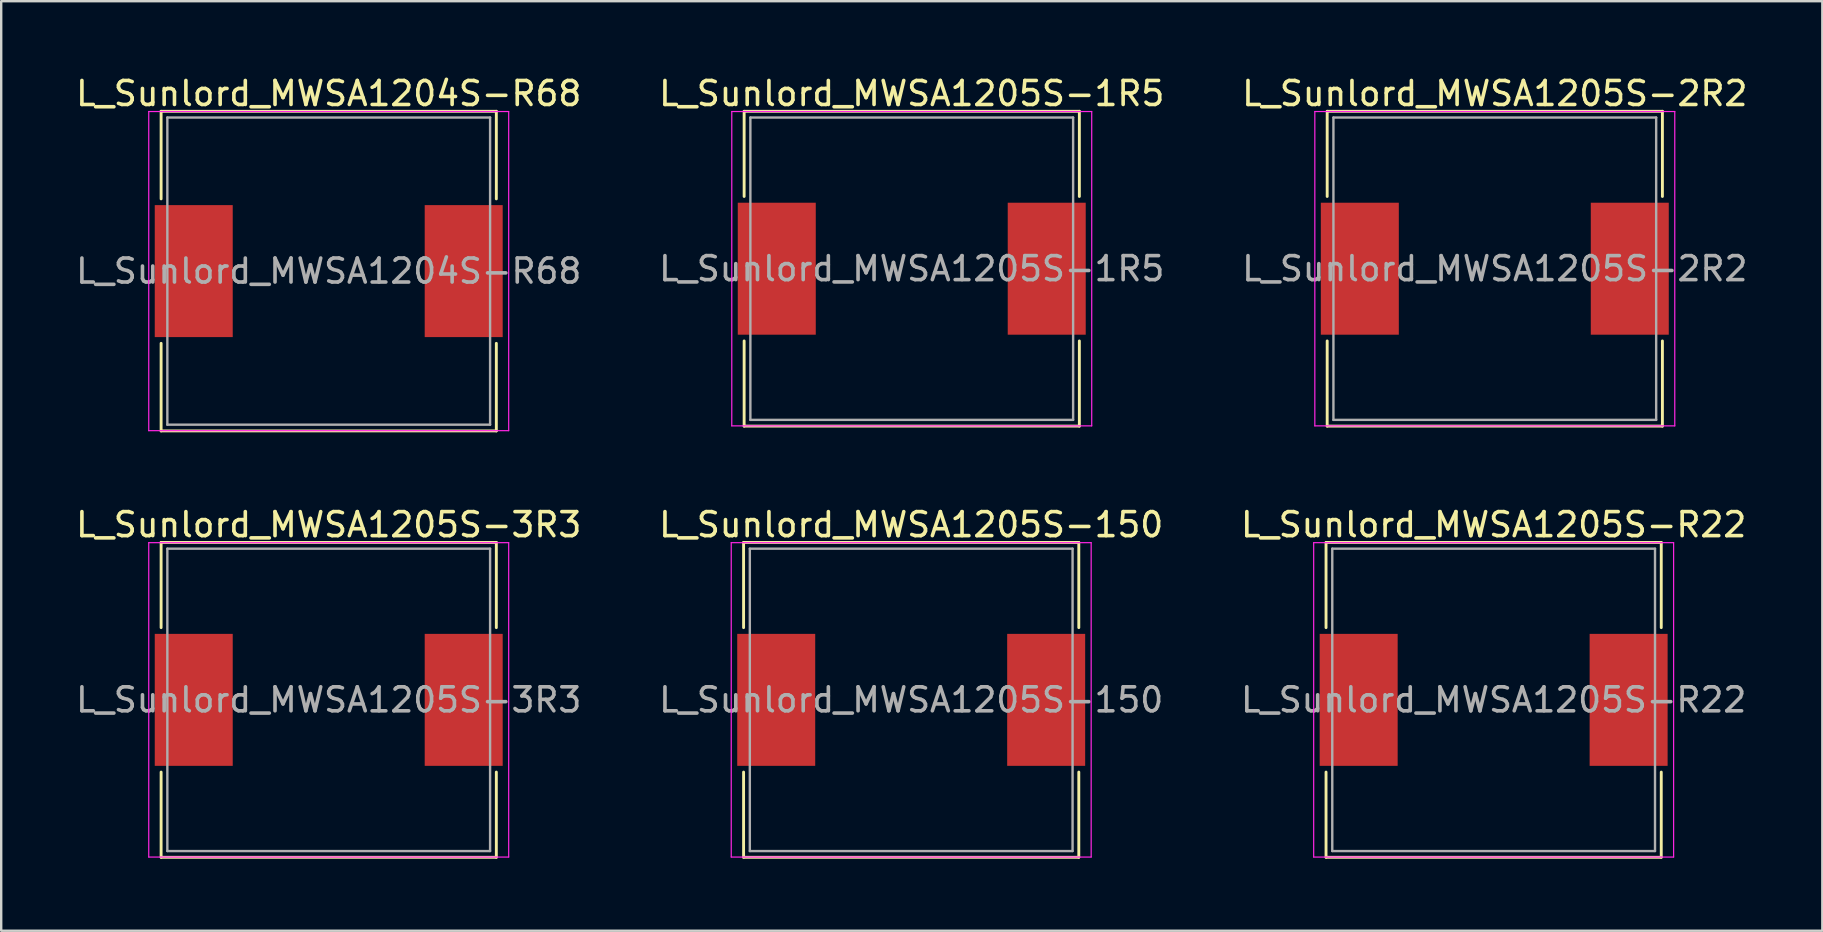
<source format=kicad_pcb>
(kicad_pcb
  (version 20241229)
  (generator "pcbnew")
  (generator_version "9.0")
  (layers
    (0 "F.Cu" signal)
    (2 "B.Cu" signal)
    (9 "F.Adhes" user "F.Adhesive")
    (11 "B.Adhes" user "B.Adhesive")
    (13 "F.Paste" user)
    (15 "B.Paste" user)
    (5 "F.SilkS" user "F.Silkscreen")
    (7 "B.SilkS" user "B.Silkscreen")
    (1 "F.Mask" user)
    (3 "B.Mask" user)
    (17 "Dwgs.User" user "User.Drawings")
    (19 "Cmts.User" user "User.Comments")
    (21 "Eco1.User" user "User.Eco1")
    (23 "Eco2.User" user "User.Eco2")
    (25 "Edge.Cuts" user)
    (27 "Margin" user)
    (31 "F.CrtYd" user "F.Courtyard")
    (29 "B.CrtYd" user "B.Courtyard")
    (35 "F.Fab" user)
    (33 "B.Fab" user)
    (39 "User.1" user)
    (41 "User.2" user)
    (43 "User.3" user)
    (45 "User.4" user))
  (footprint "L_Sunlord_MWSA1205S-1R5"
    (layer "F.Cu")
    (at 34.946 8.148)
    (property "Reference" "L_Sunlord_MWSA1205S-1R5" (at 0 -7.3 0) (layer "F.SilkS") (effects (font (size 1 1) (thickness 0.15))))
    (attr smd)
    (fp_line (start -6.985 -6.56) (end -6.985 -3.01) (stroke (width 0.12) (type solid)) (layer "F.SilkS"))
    (fp_line (start -6.985 -6.56) (end 6.985 -6.56) (stroke (width 0.12) (type solid)) (layer "F.SilkS"))
    (fp_line (start -6.985 6.56) (end -6.985 3.01) (stroke (width 0.12) (type solid)) (layer "F.SilkS"))
    (fp_line (start -6.985 6.56) (end 6.985 6.56) (stroke (width 0.12) (type solid)) (layer "F.SilkS"))
    (fp_line (start 6.985 -6.56) (end 6.985 -3.01) (stroke (width 0.12) (type solid)) (layer "F.SilkS"))
    (fp_line (start 6.985 6.56) (end 6.985 3.01) (stroke (width 0.12) (type solid)) (layer "F.SilkS"))
    (fp_line (start -7.5 -6.55) (end -7.5 6.55) (stroke (width 0.05) (type solid)) (layer "F.CrtYd"))
    (fp_line (start -7.5 6.55) (end 7.5 6.55) (stroke (width 0.05) (type solid)) (layer "F.CrtYd"))
    (fp_line (start 7.5 -6.55) (end -7.5 -6.55) (stroke (width 0.05) (type solid)) (layer "F.CrtYd"))
    (fp_line (start 7.5 6.55) (end 7.5 -6.55) (stroke (width 0.05) (type solid)) (layer "F.CrtYd"))
    (fp_line (start -6.725 -6.3) (end -6.725 6.3) (stroke (width 0.1) (type solid)) (layer "F.Fab"))
    (fp_line (start -6.725 6.3) (end 6.725 6.3) (stroke (width 0.1) (type solid)) (layer "F.Fab"))
    (fp_line (start 6.725 -6.3) (end -6.725 -6.3) (stroke (width 0.1) (type solid)) (layer "F.Fab"))
    (fp_line (start 6.725 6.3) (end 6.725 -6.3) (stroke (width 0.1) (type solid)) (layer "F.Fab"))
    (fp_text user "${REFERENCE}" (at 0 0 0) (layer "F.Fab") (effects (font (size 1 1) (thickness 0.15))))
    (pad "1" smd rect (at -5.625 0) (size 3.25 5.5) (layers "F.Cu" "F.Mask" "F.Paste"))
    (pad "2" smd rect (at 5.625 0) (size 3.25 5.5) (layers "F.Cu" "F.Mask" "F.Paste")))
  (footprint "L_Sunlord_MWSA1204S-R68"
    (layer "F.Cu")
    (at 10.649 8.248)
    (property "Reference" "L_Sunlord_MWSA1204S-R68" (at 0 -7.4 0) (layer "F.SilkS") (effects (font (size 1 1) (thickness 0.15))))
    (attr smd)
    (fp_line (start -6.985 -6.66) (end -6.985 -3.01) (stroke (width 0.12) (type solid)) (layer "F.SilkS"))
    (fp_line (start -6.985 -6.66) (end 6.985 -6.66) (stroke (width 0.12) (type solid)) (layer "F.SilkS"))
    (fp_line (start -6.985 6.66) (end -6.985 3.01) (stroke (width 0.12) (type solid)) (layer "F.SilkS"))
    (fp_line (start -6.985 6.66) (end 6.985 6.66) (stroke (width 0.12) (type solid)) (layer "F.SilkS"))
    (fp_line (start 6.985 -6.66) (end 6.985 -3.01) (stroke (width 0.12) (type solid)) (layer "F.SilkS"))
    (fp_line (start 6.985 6.66) (end 6.985 3.01) (stroke (width 0.12) (type solid)) (layer "F.SilkS"))
    (fp_line (start -7.5 -6.65) (end -7.5 6.65) (stroke (width 0.05) (type solid)) (layer "F.CrtYd"))
    (fp_line (start -7.5 6.65) (end 7.5 6.65) (stroke (width 0.05) (type solid)) (layer "F.CrtYd"))
    (fp_line (start 7.5 -6.65) (end -7.5 -6.65) (stroke (width 0.05) (type solid)) (layer "F.CrtYd"))
    (fp_line (start 7.5 6.65) (end 7.5 -6.65) (stroke (width 0.05) (type solid)) (layer "F.CrtYd"))
    (fp_line (start -6.725 -6.4) (end -6.725 6.4) (stroke (width 0.1) (type solid)) (layer "F.Fab"))
    (fp_line (start -6.725 6.4) (end 6.725 6.4) (stroke (width 0.1) (type solid)) (layer "F.Fab"))
    (fp_line (start 6.725 -6.4) (end -6.725 -6.4) (stroke (width 0.1) (type solid)) (layer "F.Fab"))
    (fp_line (start 6.725 6.4) (end 6.725 -6.4) (stroke (width 0.1) (type solid)) (layer "F.Fab"))
    (fp_text user "${REFERENCE}" (at 0 0 0) (layer "F.Fab") (effects (font (size 1 1) (thickness 0.15))))
    (pad "1" smd rect (at -5.625 0) (size 3.25 5.5) (layers "F.Cu" "F.Mask" "F.Paste"))
    (pad "2" smd rect (at 5.625 0) (size 3.25 5.5) (layers "F.Cu" "F.Mask" "F.Paste")))
  (footprint "L_Sunlord_MWSA1205S-2R2"
    (layer "F.Cu")
    (at 59.244 8.148)
    (property "Reference" "L_Sunlord_MWSA1205S-2R2" (at 0 -7.3 0) (layer "F.SilkS") (effects (font (size 1 1) (thickness 0.15))))
    (attr smd)
    (fp_line (start -6.985 -6.56) (end -6.985 -3.01) (stroke (width 0.12) (type solid)) (layer "F.SilkS"))
    (fp_line (start -6.985 -6.56) (end 6.985 -6.56) (stroke (width 0.12) (type solid)) (layer "F.SilkS"))
    (fp_line (start -6.985 6.56) (end -6.985 3.01) (stroke (width 0.12) (type solid)) (layer "F.SilkS"))
    (fp_line (start -6.985 6.56) (end 6.985 6.56) (stroke (width 0.12) (type solid)) (layer "F.SilkS"))
    (fp_line (start 6.985 -6.56) (end 6.985 -3.01) (stroke (width 0.12) (type solid)) (layer "F.SilkS"))
    (fp_line (start 6.985 6.56) (end 6.985 3.01) (stroke (width 0.12) (type solid)) (layer "F.SilkS"))
    (fp_line (start -7.5 -6.55) (end -7.5 6.55) (stroke (width 0.05) (type solid)) (layer "F.CrtYd"))
    (fp_line (start -7.5 6.55) (end 7.5 6.55) (stroke (width 0.05) (type solid)) (layer "F.CrtYd"))
    (fp_line (start 7.5 -6.55) (end -7.5 -6.55) (stroke (width 0.05) (type solid)) (layer "F.CrtYd"))
    (fp_line (start 7.5 6.55) (end 7.5 -6.55) (stroke (width 0.05) (type solid)) (layer "F.CrtYd"))
    (fp_line (start -6.725 -6.3) (end -6.725 6.3) (stroke (width 0.1) (type solid)) (layer "F.Fab"))
    (fp_line (start -6.725 6.3) (end 6.725 6.3) (stroke (width 0.1) (type solid)) (layer "F.Fab"))
    (fp_line (start 6.725 -6.3) (end -6.725 -6.3) (stroke (width 0.1) (type solid)) (layer "F.Fab"))
    (fp_line (start 6.725 6.3) (end 6.725 -6.3) (stroke (width 0.1) (type solid)) (layer "F.Fab"))
    (fp_text user "${REFERENCE}" (at 0 0 0) (layer "F.Fab") (effects (font (size 1 1) (thickness 0.15))))
    (pad "1" smd rect (at -5.625 0) (size 3.25 5.5) (layers "F.Cu" "F.Mask" "F.Paste"))
    (pad "2" smd rect (at 5.625 0) (size 3.25 5.5) (layers "F.Cu" "F.Mask" "F.Paste")))
  (footprint "L_Sunlord_MWSA1205S-3R3"
    (layer "F.Cu")
    (at 10.649 26.116)
    (property "Reference" "L_Sunlord_MWSA1205S-3R3" (at 0 -7.3 0) (layer "F.SilkS") (effects (font (size 1 1) (thickness 0.15))))
    (attr smd)
    (fp_line (start -6.985 -6.56) (end -6.985 -3.01) (stroke (width 0.12) (type solid)) (layer "F.SilkS"))
    (fp_line (start -6.985 -6.56) (end 6.985 -6.56) (stroke (width 0.12) (type solid)) (layer "F.SilkS"))
    (fp_line (start -6.985 6.56) (end -6.985 3.01) (stroke (width 0.12) (type solid)) (layer "F.SilkS"))
    (fp_line (start -6.985 6.56) (end 6.985 6.56) (stroke (width 0.12) (type solid)) (layer "F.SilkS"))
    (fp_line (start 6.985 -6.56) (end 6.985 -3.01) (stroke (width 0.12) (type solid)) (layer "F.SilkS"))
    (fp_line (start 6.985 6.56) (end 6.985 3.01) (stroke (width 0.12) (type solid)) (layer "F.SilkS"))
    (fp_line (start -7.5 -6.55) (end -7.5 6.55) (stroke (width 0.05) (type solid)) (layer "F.CrtYd"))
    (fp_line (start -7.5 6.55) (end 7.5 6.55) (stroke (width 0.05) (type solid)) (layer "F.CrtYd"))
    (fp_line (start 7.5 -6.55) (end -7.5 -6.55) (stroke (width 0.05) (type solid)) (layer "F.CrtYd"))
    (fp_line (start 7.5 6.55) (end 7.5 -6.55) (stroke (width 0.05) (type solid)) (layer "F.CrtYd"))
    (fp_line (start -6.725 -6.3) (end -6.725 6.3) (stroke (width 0.1) (type solid)) (layer "F.Fab"))
    (fp_line (start -6.725 6.3) (end 6.725 6.3) (stroke (width 0.1) (type solid)) (layer "F.Fab"))
    (fp_line (start 6.725 -6.3) (end -6.725 -6.3) (stroke (width 0.1) (type solid)) (layer "F.Fab"))
    (fp_line (start 6.725 6.3) (end 6.725 -6.3) (stroke (width 0.1) (type solid)) (layer "F.Fab"))
    (fp_text user "${REFERENCE}" (at 0 0 0) (layer "F.Fab") (effects (font (size 1 1) (thickness 0.15))))
    (pad "1" smd rect (at -5.625 0) (size 3.25 5.5) (layers "F.Cu" "F.Mask" "F.Paste"))
    (pad "2" smd rect (at 5.625 0) (size 3.25 5.5) (layers "F.Cu" "F.Mask" "F.Paste")))
  (footprint "L_Sunlord_MWSA1205S-R22"
    (layer "F.Cu")
    (at 59.196 26.116)
    (property "Reference" "L_Sunlord_MWSA1205S-R22" (at 0 -7.3 0) (layer "F.SilkS") (effects (font (size 1 1) (thickness 0.15))))
    (attr smd)
    (fp_line (start -6.985 -6.56) (end -6.985 -3.01) (stroke (width 0.12) (type solid)) (layer "F.SilkS"))
    (fp_line (start -6.985 -6.56) (end 6.985 -6.56) (stroke (width 0.12) (type solid)) (layer "F.SilkS"))
    (fp_line (start -6.985 6.56) (end -6.985 3.01) (stroke (width 0.12) (type solid)) (layer "F.SilkS"))
    (fp_line (start -6.985 6.56) (end 6.985 6.56) (stroke (width 0.12) (type solid)) (layer "F.SilkS"))
    (fp_line (start 6.985 -6.56) (end 6.985 -3.01) (stroke (width 0.12) (type solid)) (layer "F.SilkS"))
    (fp_line (start 6.985 6.56) (end 6.985 3.01) (stroke (width 0.12) (type solid)) (layer "F.SilkS"))
    (fp_line (start -7.5 -6.55) (end -7.5 6.55) (stroke (width 0.05) (type solid)) (layer "F.CrtYd"))
    (fp_line (start -7.5 6.55) (end 7.5 6.55) (stroke (width 0.05) (type solid)) (layer "F.CrtYd"))
    (fp_line (start 7.5 -6.55) (end -7.5 -6.55) (stroke (width 0.05) (type solid)) (layer "F.CrtYd"))
    (fp_line (start 7.5 6.55) (end 7.5 -6.55) (stroke (width 0.05) (type solid)) (layer "F.CrtYd"))
    (fp_line (start -6.725 -6.3) (end -6.725 6.3) (stroke (width 0.1) (type solid)) (layer "F.Fab"))
    (fp_line (start -6.725 6.3) (end 6.725 6.3) (stroke (width 0.1) (type solid)) (layer "F.Fab"))
    (fp_line (start 6.725 -6.3) (end -6.725 -6.3) (stroke (width 0.1) (type solid)) (layer "F.Fab"))
    (fp_line (start 6.725 6.3) (end 6.725 -6.3) (stroke (width 0.1) (type solid)) (layer "F.Fab"))
    (fp_text user "${REFERENCE}" (at 0 0 0) (layer "F.Fab") (effects (font (size 1 1) (thickness 0.15))))
    (pad "1" smd rect (at -5.625 0) (size 3.25 5.5) (layers "F.Cu" "F.Mask" "F.Paste"))
    (pad "2" smd rect (at 5.625 0) (size 3.25 5.5) (layers "F.Cu" "F.Mask" "F.Paste")))
  (footprint "L_Sunlord_MWSA1205S-150"
    (layer "F.Cu")
    (at 34.923 26.116)
    (property "Reference" "L_Sunlord_MWSA1205S-150" (at 0 -7.3 0) (layer "F.SilkS") (effects (font (size 1 1) (thickness 0.15))))
    (attr smd)
    (fp_line (start -6.985 -6.56) (end -6.985 -3.01) (stroke (width 0.12) (type solid)) (layer "F.SilkS"))
    (fp_line (start -6.985 -6.56) (end 6.985 -6.56) (stroke (width 0.12) (type solid)) (layer "F.SilkS"))
    (fp_line (start -6.985 6.56) (end -6.985 3.01) (stroke (width 0.12) (type solid)) (layer "F.SilkS"))
    (fp_line (start -6.985 6.56) (end 6.985 6.56) (stroke (width 0.12) (type solid)) (layer "F.SilkS"))
    (fp_line (start 6.985 -6.56) (end 6.985 -3.01) (stroke (width 0.12) (type solid)) (layer "F.SilkS"))
    (fp_line (start 6.985 6.56) (end 6.985 3.01) (stroke (width 0.12) (type solid)) (layer "F.SilkS"))
    (fp_line (start -7.5 -6.55) (end -7.5 6.55) (stroke (width 0.05) (type solid)) (layer "F.CrtYd"))
    (fp_line (start -7.5 6.55) (end 7.5 6.55) (stroke (width 0.05) (type solid)) (layer "F.CrtYd"))
    (fp_line (start 7.5 -6.55) (end -7.5 -6.55) (stroke (width 0.05) (type solid)) (layer "F.CrtYd"))
    (fp_line (start 7.5 6.55) (end 7.5 -6.55) (stroke (width 0.05) (type solid)) (layer "F.CrtYd"))
    (fp_line (start -6.725 -6.3) (end -6.725 6.3) (stroke (width 0.1) (type solid)) (layer "F.Fab"))
    (fp_line (start -6.725 6.3) (end 6.725 6.3) (stroke (width 0.1) (type solid)) (layer "F.Fab"))
    (fp_line (start 6.725 -6.3) (end -6.725 -6.3) (stroke (width 0.1) (type solid)) (layer "F.Fab"))
    (fp_line (start 6.725 6.3) (end 6.725 -6.3) (stroke (width 0.1) (type solid)) (layer "F.Fab"))
    (fp_text user "${REFERENCE}" (at 0 0 0) (layer "F.Fab") (effects (font (size 1 1) (thickness 0.15))))
    (pad "1" smd rect (at -5.625 0) (size 3.25 5.5) (layers "F.Cu" "F.Mask" "F.Paste"))
    (pad "2" smd rect (at 5.625 0) (size 3.25 5.5) (layers "F.Cu" "F.Mask" "F.Paste")))
  (gr_rect
    (start -3 -3)
    (end 72.893 35.736)
    (stroke (width 0.1) (type default))
    (fill no)
    (layer "Edge.Cuts")))
</source>
